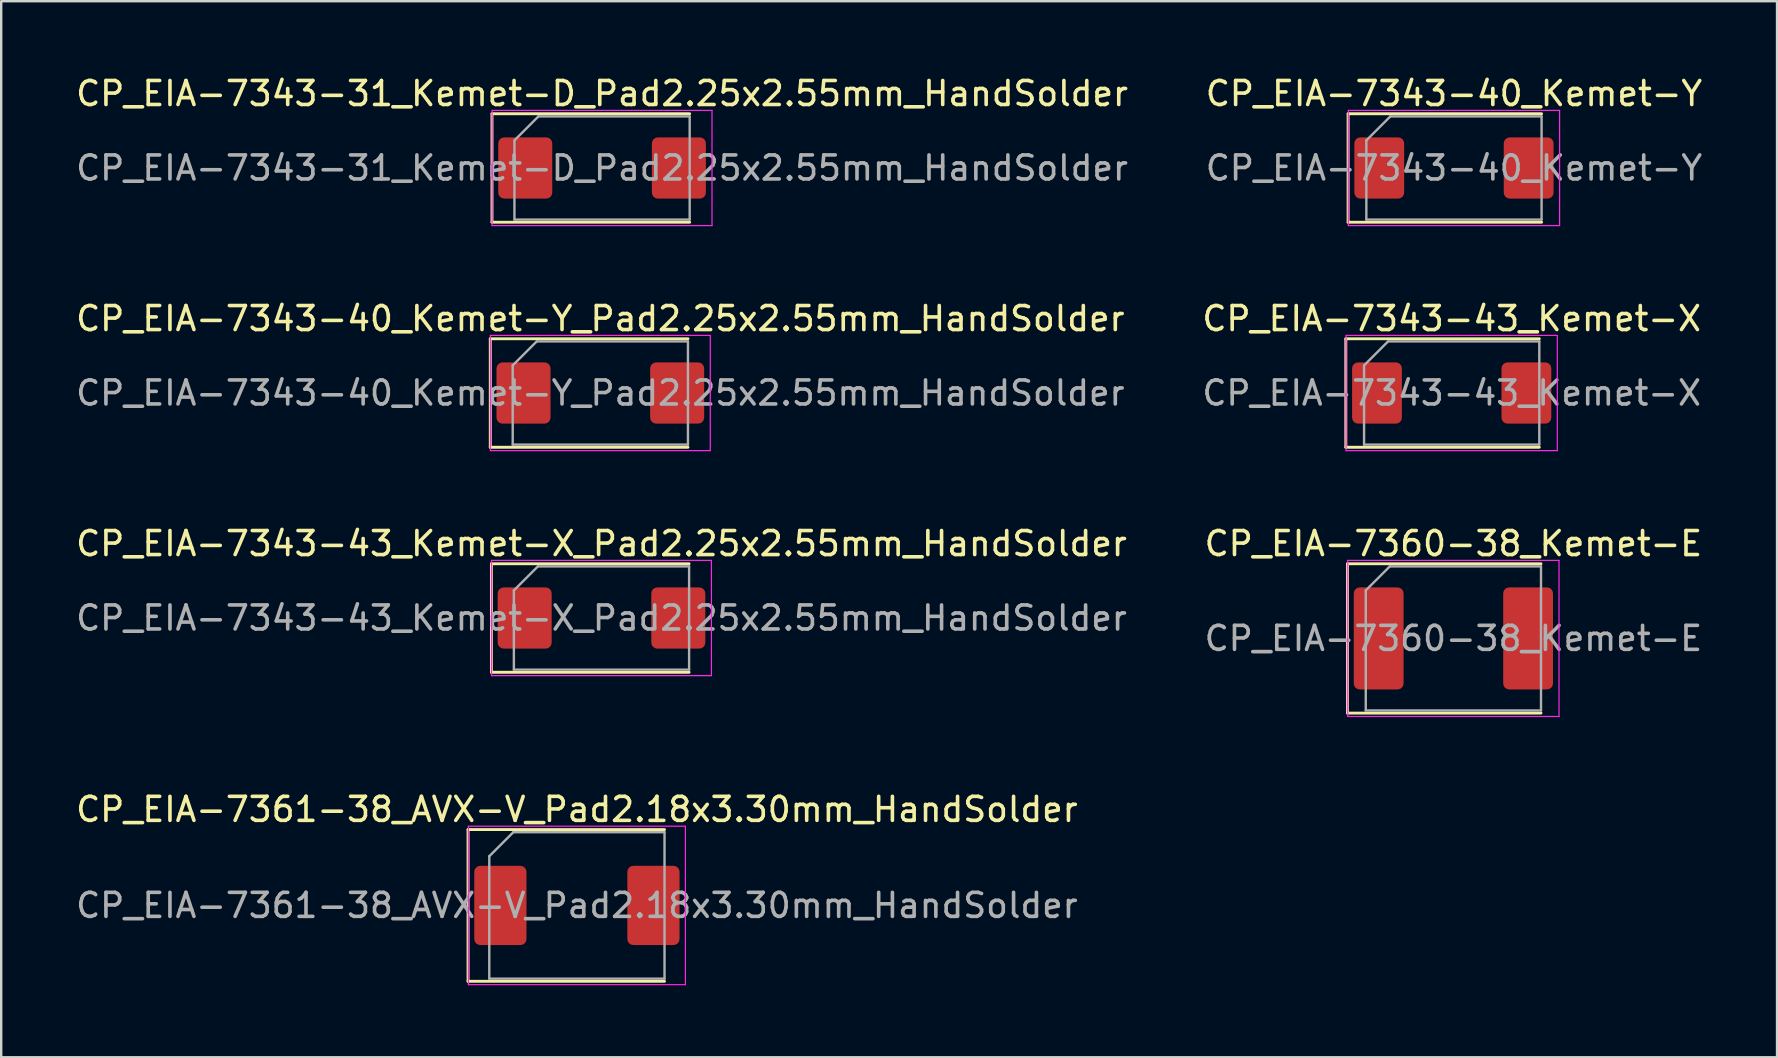
<source format=kicad_pcb>
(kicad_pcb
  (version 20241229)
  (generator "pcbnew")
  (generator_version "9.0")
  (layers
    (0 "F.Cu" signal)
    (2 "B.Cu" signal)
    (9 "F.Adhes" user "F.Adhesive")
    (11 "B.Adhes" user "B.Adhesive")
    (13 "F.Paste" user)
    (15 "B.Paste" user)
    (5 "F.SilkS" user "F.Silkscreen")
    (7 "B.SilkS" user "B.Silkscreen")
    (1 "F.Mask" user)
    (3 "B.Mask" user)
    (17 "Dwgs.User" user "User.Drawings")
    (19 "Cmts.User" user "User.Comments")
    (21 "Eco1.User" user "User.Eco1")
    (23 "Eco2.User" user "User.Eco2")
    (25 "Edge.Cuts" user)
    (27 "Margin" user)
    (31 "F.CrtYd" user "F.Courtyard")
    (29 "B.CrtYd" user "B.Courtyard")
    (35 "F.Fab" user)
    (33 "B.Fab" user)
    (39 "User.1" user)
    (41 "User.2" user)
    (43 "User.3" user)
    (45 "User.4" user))
  (footprint "CP_EIA-7343-40_Kemet-Y_Pad2.25x2.55mm_HandSolder"
    (layer "F.Cu")
    (at 21.958 13.322)
    (property "Reference" "CP_EIA-7343-40_Kemet-Y_Pad2.25x2.55mm_HandSolder" (at 0 -3.1 0) (layer "F.SilkS") (effects (font (size 1 1) (thickness 0.15))))
    (attr smd)
    (fp_line (start -4.585 -2.26) (end -4.585 2.26) (stroke (width 0.12) (type solid)) (layer "F.SilkS"))
    (fp_line (start -4.585 2.26) (end 3.65 2.26) (stroke (width 0.12) (type solid)) (layer "F.SilkS"))
    (fp_line (start 3.65 -2.26) (end -4.585 -2.26) (stroke (width 0.12) (type solid)) (layer "F.SilkS"))
    (fp_line (start -4.58 -2.4) (end 4.58 -2.4) (stroke (width 0.05) (type solid)) (layer "F.CrtYd"))
    (fp_line (start -4.58 2.4) (end -4.58 -2.4) (stroke (width 0.05) (type solid)) (layer "F.CrtYd"))
    (fp_line (start 4.58 -2.4) (end 4.58 2.4) (stroke (width 0.05) (type solid)) (layer "F.CrtYd"))
    (fp_line (start 4.58 2.4) (end -4.58 2.4) (stroke (width 0.05) (type solid)) (layer "F.CrtYd"))
    (fp_line (start -3.65 -1.15) (end -3.65 2.15) (stroke (width 0.1) (type solid)) (layer "F.Fab"))
    (fp_line (start -3.65 2.15) (end 3.65 2.15) (stroke (width 0.1) (type solid)) (layer "F.Fab"))
    (fp_line (start -2.65 -2.15) (end -3.65 -1.15) (stroke (width 0.1) (type solid)) (layer "F.Fab"))
    (fp_line (start 3.65 -2.15) (end -2.65 -2.15) (stroke (width 0.1) (type solid)) (layer "F.Fab"))
    (fp_line (start 3.65 2.15) (end 3.65 -2.15) (stroke (width 0.1) (type solid)) (layer "F.Fab"))
    (fp_text user "${REFERENCE}" (at 0 0 0) (layer "F.Fab") (effects (font (size 1 1) (thickness 0.15))))
    (pad "1" smd roundrect (at -3.2 0) (size 2.25 2.55) (layers "F.Cu" "F.Mask" "F.Paste") (roundrect_rratio 0.111))
    (pad "2" smd roundrect (at 3.2 0) (size 2.25 2.55) (layers "F.Cu" "F.Mask" "F.Paste") (roundrect_rratio 0.111)))
  (footprint "CP_EIA-7343-43_Kemet-X"
    (layer "F.Cu")
    (at 57.423 13.322)
    (property "Reference" "CP_EIA-7343-43_Kemet-X" (at 0 -3.1 0) (layer "F.SilkS") (effects (font (size 1 1) (thickness 0.15))))
    (attr smd)
    (fp_line (start -4.41 -2.26) (end -4.41 2.26) (stroke (width 0.12) (type solid)) (layer "F.SilkS"))
    (fp_line (start -4.41 2.26) (end 3.65 2.26) (stroke (width 0.12) (type solid)) (layer "F.SilkS"))
    (fp_line (start 3.65 -2.26) (end -4.41 -2.26) (stroke (width 0.12) (type solid)) (layer "F.SilkS"))
    (fp_line (start -4.4 -2.4) (end 4.4 -2.4) (stroke (width 0.05) (type solid)) (layer "F.CrtYd"))
    (fp_line (start -4.4 2.4) (end -4.4 -2.4) (stroke (width 0.05) (type solid)) (layer "F.CrtYd"))
    (fp_line (start 4.4 -2.4) (end 4.4 2.4) (stroke (width 0.05) (type solid)) (layer "F.CrtYd"))
    (fp_line (start 4.4 2.4) (end -4.4 2.4) (stroke (width 0.05) (type solid)) (layer "F.CrtYd"))
    (fp_line (start -3.65 -1.15) (end -3.65 2.15) (stroke (width 0.1) (type solid)) (layer "F.Fab"))
    (fp_line (start -3.65 2.15) (end 3.65 2.15) (stroke (width 0.1) (type solid)) (layer "F.Fab"))
    (fp_line (start -2.65 -2.15) (end -3.65 -1.15) (stroke (width 0.1) (type solid)) (layer "F.Fab"))
    (fp_line (start 3.65 -2.15) (end -2.65 -2.15) (stroke (width 0.1) (type solid)) (layer "F.Fab"))
    (fp_line (start 3.65 2.15) (end 3.65 -2.15) (stroke (width 0.1) (type solid)) (layer "F.Fab"))
    (fp_text user "${REFERENCE}" (at 0 0 0) (layer "F.Fab") (effects (font (size 1 1) (thickness 0.15))))
    (pad "1" smd roundrect (at -3.112 0) (size 2.075 2.55) (layers "F.Cu" "F.Mask" "F.Paste") (roundrect_rratio 0.12))
    (pad "2" smd roundrect (at 3.112 0) (size 2.075 2.55) (layers "F.Cu" "F.Mask" "F.Paste") (roundrect_rratio 0.12)))
  (footprint "CP_EIA-7360-38_Kemet-E"
    (layer "F.Cu")
    (at 57.494 23.545)
    (property "Reference" "CP_EIA-7360-38_Kemet-E" (at 0 -3.95 0) (layer "F.SilkS") (effects (font (size 1 1) (thickness 0.15))))
    (attr smd)
    (fp_line (start -4.41 -3.11) (end -4.41 3.11) (stroke (width 0.12) (type solid)) (layer "F.SilkS"))
    (fp_line (start -4.41 3.11) (end 3.65 3.11) (stroke (width 0.12) (type solid)) (layer "F.SilkS"))
    (fp_line (start 3.65 -3.11) (end -4.41 -3.11) (stroke (width 0.12) (type solid)) (layer "F.SilkS"))
    (fp_line (start -4.4 -3.25) (end 4.4 -3.25) (stroke (width 0.05) (type solid)) (layer "F.CrtYd"))
    (fp_line (start -4.4 3.25) (end -4.4 -3.25) (stroke (width 0.05) (type solid)) (layer "F.CrtYd"))
    (fp_line (start 4.4 -3.25) (end 4.4 3.25) (stroke (width 0.05) (type solid)) (layer "F.CrtYd"))
    (fp_line (start 4.4 3.25) (end -4.4 3.25) (stroke (width 0.05) (type solid)) (layer "F.CrtYd"))
    (fp_line (start -3.65 -2) (end -3.65 3) (stroke (width 0.1) (type solid)) (layer "F.Fab"))
    (fp_line (start -3.65 3) (end 3.65 3) (stroke (width 0.1) (type solid)) (layer "F.Fab"))
    (fp_line (start -2.65 -3) (end -3.65 -2) (stroke (width 0.1) (type solid)) (layer "F.Fab"))
    (fp_line (start 3.65 -3) (end -2.65 -3) (stroke (width 0.1) (type solid)) (layer "F.Fab"))
    (fp_line (start 3.65 3) (end 3.65 -3) (stroke (width 0.1) (type solid)) (layer "F.Fab"))
    (fp_text user "${REFERENCE}" (at 0 0 0) (layer "F.Fab") (effects (font (size 1 1) (thickness 0.15))))
    (pad "1" smd roundrect (at -3.112 0) (size 2.075 4.25) (layers "F.Cu" "F.Mask" "F.Paste") (roundrect_rratio 0.12))
    (pad "2" smd roundrect (at 3.112 0) (size 2.075 4.25) (layers "F.Cu" "F.Mask" "F.Paste") (roundrect_rratio 0.12)))
  (footprint "CP_EIA-7343-31_Kemet-D_Pad2.25x2.55mm_HandSolder"
    (layer "F.Cu")
    (at 22.03 3.948)
    (property "Reference" "CP_EIA-7343-31_Kemet-D_Pad2.25x2.55mm_HandSolder" (at 0 -3.1 0) (layer "F.SilkS") (effects (font (size 1 1) (thickness 0.15))))
    (attr smd)
    (fp_line (start -4.585 -2.26) (end -4.585 2.26) (stroke (width 0.12) (type solid)) (layer "F.SilkS"))
    (fp_line (start -4.585 2.26) (end 3.65 2.26) (stroke (width 0.12) (type solid)) (layer "F.SilkS"))
    (fp_line (start 3.65 -2.26) (end -4.585 -2.26) (stroke (width 0.12) (type solid)) (layer "F.SilkS"))
    (fp_line (start -4.58 -2.4) (end 4.58 -2.4) (stroke (width 0.05) (type solid)) (layer "F.CrtYd"))
    (fp_line (start -4.58 2.4) (end -4.58 -2.4) (stroke (width 0.05) (type solid)) (layer "F.CrtYd"))
    (fp_line (start 4.58 -2.4) (end 4.58 2.4) (stroke (width 0.05) (type solid)) (layer "F.CrtYd"))
    (fp_line (start 4.58 2.4) (end -4.58 2.4) (stroke (width 0.05) (type solid)) (layer "F.CrtYd"))
    (fp_line (start -3.65 -1.15) (end -3.65 2.15) (stroke (width 0.1) (type solid)) (layer "F.Fab"))
    (fp_line (start -3.65 2.15) (end 3.65 2.15) (stroke (width 0.1) (type solid)) (layer "F.Fab"))
    (fp_line (start -2.65 -2.15) (end -3.65 -1.15) (stroke (width 0.1) (type solid)) (layer "F.Fab"))
    (fp_line (start 3.65 -2.15) (end -2.65 -2.15) (stroke (width 0.1) (type solid)) (layer "F.Fab"))
    (fp_line (start 3.65 2.15) (end 3.65 -2.15) (stroke (width 0.1) (type solid)) (layer "F.Fab"))
    (fp_text user "${REFERENCE}" (at 0 0 0) (layer "F.Fab") (effects (font (size 1 1) (thickness 0.15))))
    (pad "1" smd roundrect (at -3.2 0) (size 2.25 2.55) (layers "F.Cu" "F.Mask" "F.Paste") (roundrect_rratio 0.111))
    (pad "2" smd roundrect (at 3.2 0) (size 2.25 2.55) (layers "F.Cu" "F.Mask" "F.Paste") (roundrect_rratio 0.111)))
  (footprint "CP_EIA-7361-38_AVX-V_Pad2.18x3.30mm_HandSolder"
    (layer "F.Cu")
    (at 20.982 34.668)
    (property "Reference" "CP_EIA-7361-38_AVX-V_Pad2.18x3.30mm_HandSolder" (at 0 -4 0) (layer "F.SilkS") (effects (font (size 1 1) (thickness 0.15))))
    (attr smd)
    (fp_line (start -4.535 -3.16) (end -4.535 3.16) (stroke (width 0.12) (type solid)) (layer "F.SilkS"))
    (fp_line (start -4.535 3.16) (end 3.65 3.16) (stroke (width 0.12) (type solid)) (layer "F.SilkS"))
    (fp_line (start 3.65 -3.16) (end -4.535 -3.16) (stroke (width 0.12) (type solid)) (layer "F.SilkS"))
    (fp_line (start -4.52 -3.3) (end 4.52 -3.3) (stroke (width 0.05) (type solid)) (layer "F.CrtYd"))
    (fp_line (start -4.52 3.3) (end -4.52 -3.3) (stroke (width 0.05) (type solid)) (layer "F.CrtYd"))
    (fp_line (start 4.52 -3.3) (end 4.52 3.3) (stroke (width 0.05) (type solid)) (layer "F.CrtYd"))
    (fp_line (start 4.52 3.3) (end -4.52 3.3) (stroke (width 0.05) (type solid)) (layer "F.CrtYd"))
    (fp_line (start -3.65 -2.05) (end -3.65 3.05) (stroke (width 0.1) (type solid)) (layer "F.Fab"))
    (fp_line (start -3.65 3.05) (end 3.65 3.05) (stroke (width 0.1) (type solid)) (layer "F.Fab"))
    (fp_line (start -2.65 -3.05) (end -3.65 -2.05) (stroke (width 0.1) (type solid)) (layer "F.Fab"))
    (fp_line (start 3.65 -3.05) (end -2.65 -3.05) (stroke (width 0.1) (type solid)) (layer "F.Fab"))
    (fp_line (start 3.65 3.05) (end 3.65 -3.05) (stroke (width 0.1) (type solid)) (layer "F.Fab"))
    (fp_text user "${REFERENCE}" (at 0 0 0) (layer "F.Fab") (effects (font (size 1 1) (thickness 0.15))))
    (pad "1" smd roundrect (at -3.188 0) (size 2.175 3.3) (layers "F.Cu" "F.Mask" "F.Paste") (roundrect_rratio 0.115))
    (pad "2" smd roundrect (at 3.188 0) (size 2.175 3.3) (layers "F.Cu" "F.Mask" "F.Paste") (roundrect_rratio 0.115)))
  (footprint "CP_EIA-7343-43_Kemet-X_Pad2.25x2.55mm_HandSolder"
    (layer "F.Cu")
    (at 22.006 22.695)
    (property "Reference" "CP_EIA-7343-43_Kemet-X_Pad2.25x2.55mm_HandSolder" (at 0 -3.1 0) (layer "F.SilkS") (effects (font (size 1 1) (thickness 0.15))))
    (attr smd)
    (fp_line (start -4.585 -2.26) (end -4.585 2.26) (stroke (width 0.12) (type solid)) (layer "F.SilkS"))
    (fp_line (start -4.585 2.26) (end 3.65 2.26) (stroke (width 0.12) (type solid)) (layer "F.SilkS"))
    (fp_line (start 3.65 -2.26) (end -4.585 -2.26) (stroke (width 0.12) (type solid)) (layer "F.SilkS"))
    (fp_line (start -4.58 -2.4) (end 4.58 -2.4) (stroke (width 0.05) (type solid)) (layer "F.CrtYd"))
    (fp_line (start -4.58 2.4) (end -4.58 -2.4) (stroke (width 0.05) (type solid)) (layer "F.CrtYd"))
    (fp_line (start 4.58 -2.4) (end 4.58 2.4) (stroke (width 0.05) (type solid)) (layer "F.CrtYd"))
    (fp_line (start 4.58 2.4) (end -4.58 2.4) (stroke (width 0.05) (type solid)) (layer "F.CrtYd"))
    (fp_line (start -3.65 -1.15) (end -3.65 2.15) (stroke (width 0.1) (type solid)) (layer "F.Fab"))
    (fp_line (start -3.65 2.15) (end 3.65 2.15) (stroke (width 0.1) (type solid)) (layer "F.Fab"))
    (fp_line (start -2.65 -2.15) (end -3.65 -1.15) (stroke (width 0.1) (type solid)) (layer "F.Fab"))
    (fp_line (start 3.65 -2.15) (end -2.65 -2.15) (stroke (width 0.1) (type solid)) (layer "F.Fab"))
    (fp_line (start 3.65 2.15) (end 3.65 -2.15) (stroke (width 0.1) (type solid)) (layer "F.Fab"))
    (fp_text user "${REFERENCE}" (at 0 0 0) (layer "F.Fab") (effects (font (size 1 1) (thickness 0.15))))
    (pad "1" smd roundrect (at -3.2 0) (size 2.25 2.55) (layers "F.Cu" "F.Mask" "F.Paste") (roundrect_rratio 0.111))
    (pad "2" smd roundrect (at 3.2 0) (size 2.25 2.55) (layers "F.Cu" "F.Mask" "F.Paste") (roundrect_rratio 0.111)))
  (footprint "CP_EIA-7343-40_Kemet-Y"
    (layer "F.Cu")
    (at 57.518 3.948)
    (property "Reference" "CP_EIA-7343-40_Kemet-Y" (at 0 -3.1 0) (layer "F.SilkS") (effects (font (size 1 1) (thickness 0.15))))
    (attr smd)
    (fp_line (start -4.41 -2.26) (end -4.41 2.26) (stroke (width 0.12) (type solid)) (layer "F.SilkS"))
    (fp_line (start -4.41 2.26) (end 3.65 2.26) (stroke (width 0.12) (type solid)) (layer "F.SilkS"))
    (fp_line (start 3.65 -2.26) (end -4.41 -2.26) (stroke (width 0.12) (type solid)) (layer "F.SilkS"))
    (fp_line (start -4.4 -2.4) (end 4.4 -2.4) (stroke (width 0.05) (type solid)) (layer "F.CrtYd"))
    (fp_line (start -4.4 2.4) (end -4.4 -2.4) (stroke (width 0.05) (type solid)) (layer "F.CrtYd"))
    (fp_line (start 4.4 -2.4) (end 4.4 2.4) (stroke (width 0.05) (type solid)) (layer "F.CrtYd"))
    (fp_line (start 4.4 2.4) (end -4.4 2.4) (stroke (width 0.05) (type solid)) (layer "F.CrtYd"))
    (fp_line (start -3.65 -1.15) (end -3.65 2.15) (stroke (width 0.1) (type solid)) (layer "F.Fab"))
    (fp_line (start -3.65 2.15) (end 3.65 2.15) (stroke (width 0.1) (type solid)) (layer "F.Fab"))
    (fp_line (start -2.65 -2.15) (end -3.65 -1.15) (stroke (width 0.1) (type solid)) (layer "F.Fab"))
    (fp_line (start 3.65 -2.15) (end -2.65 -2.15) (stroke (width 0.1) (type solid)) (layer "F.Fab"))
    (fp_line (start 3.65 2.15) (end 3.65 -2.15) (stroke (width 0.1) (type solid)) (layer "F.Fab"))
    (fp_text user "${REFERENCE}" (at 0 0 0) (layer "F.Fab") (effects (font (size 1 1) (thickness 0.15))))
    (pad "1" smd roundrect (at -3.112 0) (size 2.075 2.55) (layers "F.Cu" "F.Mask" "F.Paste") (roundrect_rratio 0.12))
    (pad "2" smd roundrect (at 3.112 0) (size 2.075 2.55) (layers "F.Cu" "F.Mask" "F.Paste") (roundrect_rratio 0.12)))
  (gr_rect
    (start -3 -3)
    (end 70.976 40.993)
    (stroke (width 0.1) (type default))
    (fill no)
    (layer "Edge.Cuts")))
</source>
